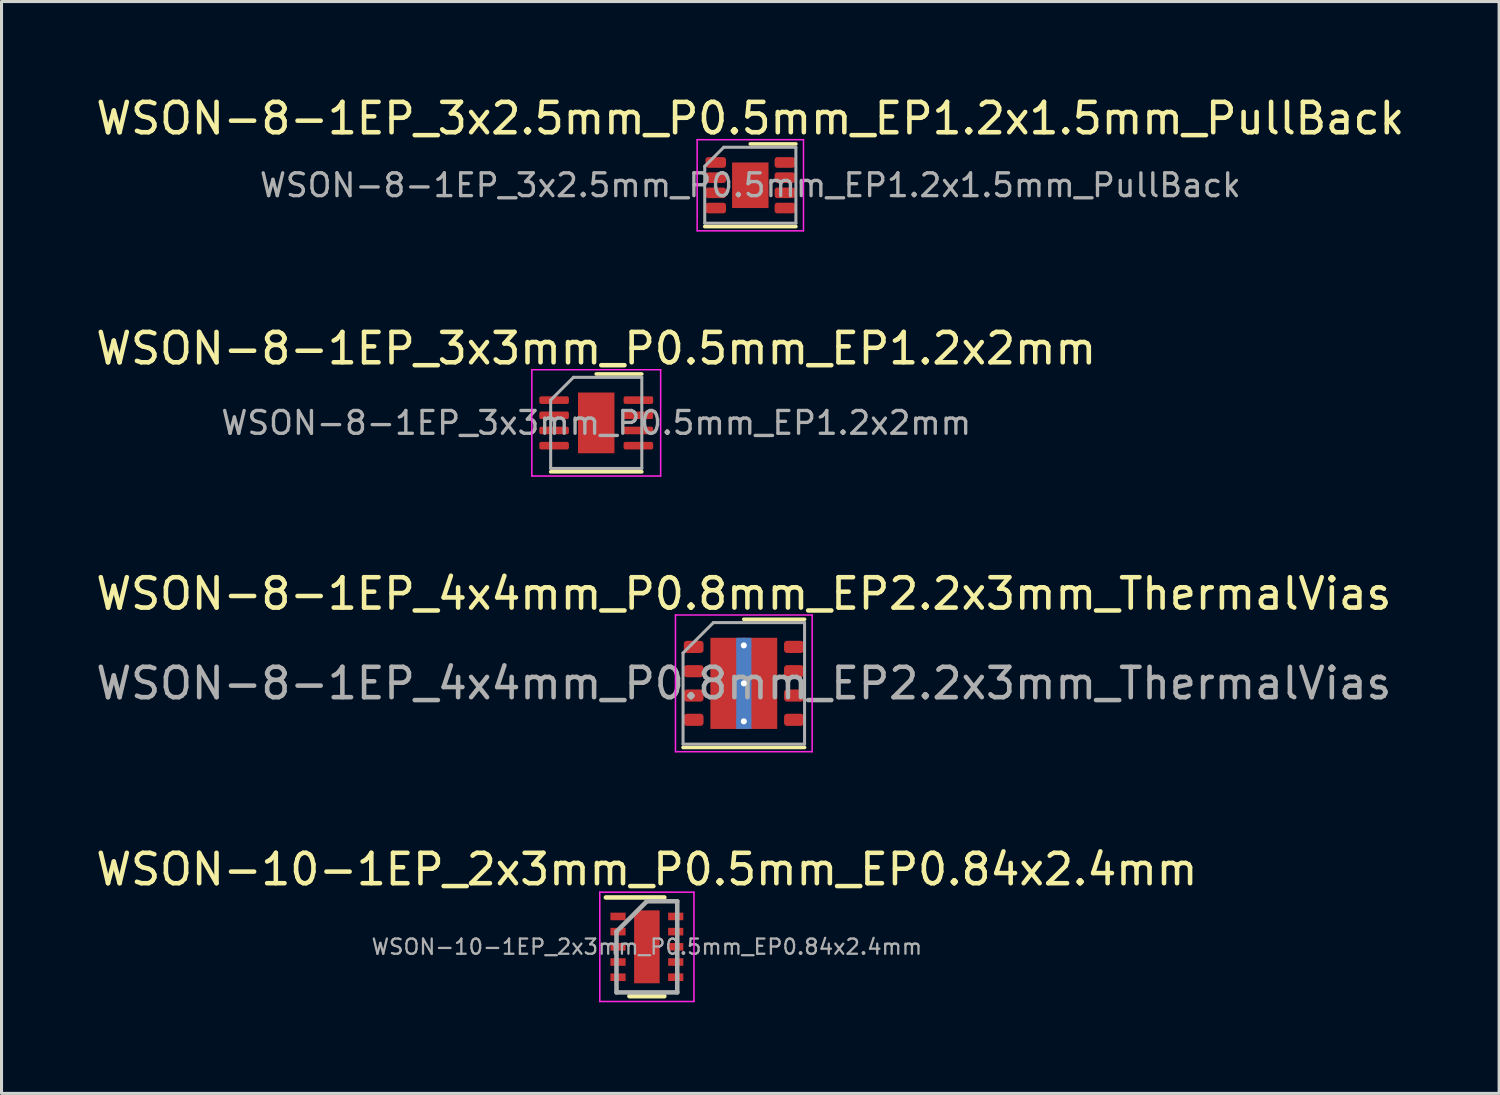
<source format=kicad_pcb>
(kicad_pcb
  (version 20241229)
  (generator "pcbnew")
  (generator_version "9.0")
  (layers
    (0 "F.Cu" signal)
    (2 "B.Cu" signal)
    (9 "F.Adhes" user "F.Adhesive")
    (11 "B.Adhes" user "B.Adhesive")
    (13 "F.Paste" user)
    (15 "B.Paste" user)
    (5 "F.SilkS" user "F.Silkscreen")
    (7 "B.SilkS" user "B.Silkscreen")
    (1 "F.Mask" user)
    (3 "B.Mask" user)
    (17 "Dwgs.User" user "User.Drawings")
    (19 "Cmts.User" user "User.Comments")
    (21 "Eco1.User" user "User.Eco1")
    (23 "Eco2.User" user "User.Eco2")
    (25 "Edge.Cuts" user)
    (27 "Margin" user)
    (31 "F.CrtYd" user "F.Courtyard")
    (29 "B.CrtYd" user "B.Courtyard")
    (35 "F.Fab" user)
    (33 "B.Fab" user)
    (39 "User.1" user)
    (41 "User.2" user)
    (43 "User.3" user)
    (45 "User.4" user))
  (footprint "WSON-8-1EP_3x3mm_P0.5mm_EP1.2x2mm"
    (layer "F.Cu")
    (at 16.577 10.871)
    (property "Reference" "WSON-8-1EP_3x3mm_P0.5mm_EP1.2x2mm" (at 0 -2.45 0) (layer "F.SilkS") (effects (font (size 1 1) (thickness 0.15))))
    (attr smd)
    (fp_line (start -1.5 1.61) (end 1.5 1.61) (stroke (width 0.12) (type solid)) (layer "F.SilkS"))
    (fp_line (start 0 -1.61) (end 1.5 -1.61) (stroke (width 0.12) (type solid)) (layer "F.SilkS"))
    (fp_line (start -2.12 -1.75) (end -2.12 1.75) (stroke (width 0.05) (type solid)) (layer "F.CrtYd"))
    (fp_line (start -2.12 1.75) (end 2.12 1.75) (stroke (width 0.05) (type solid)) (layer "F.CrtYd"))
    (fp_line (start 2.12 -1.75) (end -2.12 -1.75) (stroke (width 0.05) (type solid)) (layer "F.CrtYd"))
    (fp_line (start 2.12 1.75) (end 2.12 -1.75) (stroke (width 0.05) (type solid)) (layer "F.CrtYd"))
    (fp_line (start -1.5 -0.75) (end -0.75 -1.5) (stroke (width 0.1) (type solid)) (layer "F.Fab"))
    (fp_line (start -1.5 1.5) (end -1.5 -0.75) (stroke (width 0.1) (type solid)) (layer "F.Fab"))
    (fp_line (start -0.75 -1.5) (end 1.5 -1.5) (stroke (width 0.1) (type solid)) (layer "F.Fab"))
    (fp_line (start 1.5 -1.5) (end 1.5 1.5) (stroke (width 0.1) (type solid)) (layer "F.Fab"))
    (fp_line (start 1.5 1.5) (end -1.5 1.5) (stroke (width 0.1) (type solid)) (layer "F.Fab"))
    (fp_text user "${REFERENCE}" (at 0 0 0) (layer "F.Fab") (effects (font (size 0.75 0.75) (thickness 0.11))))
    (pad "" smd roundrect (at 0 -0.5) (size 0.97 0.81) (layers "F.Paste") (roundrect_rratio 0.25))
    (pad "" smd roundrect (at 0 0.5) (size 0.97 0.81) (layers "F.Paste") (roundrect_rratio 0.25))
    (pad "1" smd roundrect (at -1.387 -0.75) (size 0.975 0.25) (layers "F.Cu" "F.Mask" "F.Paste") (roundrect_rratio 0.25))
    (pad "2" smd roundrect (at -1.387 -0.25) (size 0.975 0.25) (layers "F.Cu" "F.Mask" "F.Paste") (roundrect_rratio 0.25))
    (pad "3" smd roundrect (at -1.387 0.25) (size 0.975 0.25) (layers "F.Cu" "F.Mask" "F.Paste") (roundrect_rratio 0.25))
    (pad "4" smd roundrect (at -1.387 0.75) (size 0.975 0.25) (layers "F.Cu" "F.Mask" "F.Paste") (roundrect_rratio 0.25))
    (pad "5" smd roundrect (at 1.387 0.75) (size 0.975 0.25) (layers "F.Cu" "F.Mask" "F.Paste") (roundrect_rratio 0.25))
    (pad "6" smd roundrect (at 1.387 0.25) (size 0.975 0.25) (layers "F.Cu" "F.Mask" "F.Paste") (roundrect_rratio 0.25))
    (pad "7" smd roundrect (at 1.387 -0.25) (size 0.975 0.25) (layers "F.Cu" "F.Mask" "F.Paste") (roundrect_rratio 0.25))
    (pad "8" smd roundrect (at 1.387 -0.75) (size 0.975 0.25) (layers "F.Cu" "F.Mask" "F.Paste") (roundrect_rratio 0.25))
    (pad "9" smd rect (at 0 0) (size 1.2 2) (layers "F.Cu" "F.Mask")))
  (footprint "WSON-10-1EP_2x3mm_P0.5mm_EP0.84x2.4mm"
    (layer "F.Cu")
    (at 18.244 28.118)
    (property "Reference" "WSON-10-1EP_2x3mm_P0.5mm_EP0.84x2.4mm" (at 0 -2.55 0) (layer "F.SilkS") (effects (font (size 1 1) (thickness 0.15))))
    (attr smd)
    (fp_line (start -1.35 -1.625) (end 0.575 -1.625) (stroke (width 0.15) (type solid)) (layer "F.SilkS"))
    (fp_line (start -0.575 1.625) (end 0.575 1.625) (stroke (width 0.15) (type solid)) (layer "F.SilkS"))
    (fp_line (start -1.55 -1.8) (end -1.55 1.8) (stroke (width 0.05) (type solid)) (layer "F.CrtYd"))
    (fp_line (start -1.55 -1.8) (end 1.55 -1.8) (stroke (width 0.05) (type solid)) (layer "F.CrtYd"))
    (fp_line (start -1.55 1.8) (end 1.55 1.8) (stroke (width 0.05) (type solid)) (layer "F.CrtYd"))
    (fp_line (start 1.55 -1.8) (end 1.55 1.8) (stroke (width 0.05) (type solid)) (layer "F.CrtYd"))
    (fp_line (start -1 -0.5) (end 0 -1.5) (stroke (width 0.15) (type solid)) (layer "F.Fab"))
    (fp_line (start -1 1.5) (end -1 -0.5) (stroke (width 0.15) (type solid)) (layer "F.Fab"))
    (fp_line (start 0 -1.5) (end 1 -1.5) (stroke (width 0.15) (type solid)) (layer "F.Fab"))
    (fp_line (start 1 -1.5) (end 1 1.5) (stroke (width 0.15) (type solid)) (layer "F.Fab"))
    (fp_line (start 1 1.5) (end -1 1.5) (stroke (width 0.15) (type solid)) (layer "F.Fab"))
    (fp_text user "${REFERENCE}" (at 0 0 0) (layer "F.Fab") (effects (font (size 0.5 0.5) (thickness 0.075))))
    (pad "" smd rect (at 0 -0.8) (size 0.65 0.61) (layers "F.Paste"))
    (pad "" smd rect (at 0 0) (size 0.65 0.61) (layers "F.Paste"))
    (pad "" smd rect (at 0 0.8) (size 0.65 0.61) (layers "F.Paste"))
    (pad "1" smd rect (at -0.95 -1) (size 0.5 0.25) (layers "F.Cu" "F.Mask" "F.Paste"))
    (pad "2" smd rect (at -0.95 -0.5) (size 0.5 0.25) (layers "F.Cu" "F.Mask" "F.Paste"))
    (pad "3" smd rect (at -0.95 0) (size 0.5 0.25) (layers "F.Cu" "F.Mask" "F.Paste"))
    (pad "4" smd rect (at -0.95 0.5) (size 0.5 0.25) (layers "F.Cu" "F.Mask" "F.Paste"))
    (pad "5" smd rect (at -0.95 1) (size 0.5 0.25) (layers "F.Cu" "F.Mask" "F.Paste"))
    (pad "6" smd rect (at 0.95 1) (size 0.5 0.25) (layers "F.Cu" "F.Mask" "F.Paste"))
    (pad "7" smd rect (at 0.95 0.5) (size 0.5 0.25) (layers "F.Cu" "F.Mask" "F.Paste"))
    (pad "8" smd rect (at 0.95 0) (size 0.5 0.25) (layers "F.Cu" "F.Mask" "F.Paste"))
    (pad "9" smd rect (at 0.95 -0.5) (size 0.5 0.25) (layers "F.Cu" "F.Mask" "F.Paste"))
    (pad "10" smd rect (at 0.95 -1) (size 0.5 0.25) (layers "F.Cu" "F.Mask" "F.Paste"))
    (pad "11" smd rect (at 0 0) (size 0.84 2.4) (layers "F.Cu" "F.Mask")))
  (footprint "WSON-8-1EP_3x2.5mm_P0.5mm_EP1.2x1.5mm_PullBack"
    (layer "F.Cu")
    (at 21.649 3.048)
    (property "Reference" "WSON-8-1EP_3x2.5mm_P0.5mm_EP1.2x1.5mm_PullBack" (at 0 -2.2 0) (layer "F.SilkS") (effects (font (size 1 1) (thickness 0.15))))
    (attr smd)
    (fp_line (start -1.5 1.36) (end 1.5 1.36) (stroke (width 0.12) (type solid)) (layer "F.SilkS"))
    (fp_line (start 0 -1.36) (end 1.5 -1.36) (stroke (width 0.12) (type solid)) (layer "F.SilkS"))
    (fp_line (start -1.75 -1.5) (end -1.75 1.5) (stroke (width 0.05) (type solid)) (layer "F.CrtYd"))
    (fp_line (start -1.75 1.5) (end 1.75 1.5) (stroke (width 0.05) (type solid)) (layer "F.CrtYd"))
    (fp_line (start 1.75 -1.5) (end -1.75 -1.5) (stroke (width 0.05) (type solid)) (layer "F.CrtYd"))
    (fp_line (start 1.75 1.5) (end 1.75 -1.5) (stroke (width 0.05) (type solid)) (layer "F.CrtYd"))
    (fp_line (start -1.5 -0.625) (end -0.875 -1.25) (stroke (width 0.1) (type solid)) (layer "F.Fab"))
    (fp_line (start -1.5 1.25) (end -1.5 -0.625) (stroke (width 0.1) (type solid)) (layer "F.Fab"))
    (fp_line (start -0.875 -1.25) (end 1.5 -1.25) (stroke (width 0.1) (type solid)) (layer "F.Fab"))
    (fp_line (start 1.5 -1.25) (end 1.5 1.25) (stroke (width 0.1) (type solid)) (layer "F.Fab"))
    (fp_line (start 1.5 1.25) (end -1.5 1.25) (stroke (width 0.1) (type solid)) (layer "F.Fab"))
    (fp_text user "${REFERENCE}" (at 0 0 0) (layer "F.Fab") (effects (font (size 0.75 0.75) (thickness 0.11))))
    (pad "" smd roundrect (at -0.3 -0.375) (size 0.48 0.6) (layers "F.Paste") (roundrect_rratio 0.25))
    (pad "" smd roundrect (at -0.3 0.375) (size 0.48 0.6) (layers "F.Paste") (roundrect_rratio 0.25))
    (pad "" smd roundrect (at 0.3 -0.375) (size 0.48 0.6) (layers "F.Paste") (roundrect_rratio 0.25))
    (pad "" smd roundrect (at 0.3 0.375) (size 0.48 0.6) (layers "F.Paste") (roundrect_rratio 0.25))
    (pad "1" smd roundrect (at -1.137 -0.75) (size 0.675 0.35) (layers "F.Cu" "F.Mask" "F.Paste") (roundrect_rratio 0.25))
    (pad "2" smd roundrect (at -1.137 -0.25) (size 0.675 0.35) (layers "F.Cu" "F.Mask" "F.Paste") (roundrect_rratio 0.25))
    (pad "3" smd roundrect (at -1.137 0.25) (size 0.675 0.35) (layers "F.Cu" "F.Mask" "F.Paste") (roundrect_rratio 0.25))
    (pad "4" smd roundrect (at -1.137 0.75) (size 0.675 0.35) (layers "F.Cu" "F.Mask" "F.Paste") (roundrect_rratio 0.25))
    (pad "5" smd roundrect (at 1.137 0.75) (size 0.675 0.35) (layers "F.Cu" "F.Mask" "F.Paste") (roundrect_rratio 0.25))
    (pad "6" smd roundrect (at 1.137 0.25) (size 0.675 0.35) (layers "F.Cu" "F.Mask" "F.Paste") (roundrect_rratio 0.25))
    (pad "7" smd roundrect (at 1.137 -0.25) (size 0.675 0.35) (layers "F.Cu" "F.Mask" "F.Paste") (roundrect_rratio 0.25))
    (pad "8" smd roundrect (at 1.137 -0.75) (size 0.675 0.35) (layers "F.Cu" "F.Mask" "F.Paste") (roundrect_rratio 0.25))
    (pad "9" smd rect (at 0 0) (size 1.2 1.5) (layers "F.Cu" "F.Mask")))
  (footprint "WSON-8-1EP_4x4mm_P0.8mm_EP2.2x3mm_ThermalVias"
    (layer "F.Cu")
    (at 21.435 19.445)
    (property "Reference" "WSON-8-1EP_4x4mm_P0.8mm_EP2.2x3mm_ThermalVias" (at 0 -2.95 0) (layer "F.SilkS") (effects (font (size 1 1) (thickness 0.15))))
    (attr smd)
    (fp_line (start -2 2.11) (end 2 2.11) (stroke (width 0.12) (type solid)) (layer "F.SilkS"))
    (fp_line (start 0 -2.11) (end 2 -2.11) (stroke (width 0.12) (type solid)) (layer "F.SilkS"))
    (fp_line (start -2.25 -2.25) (end -2.25 2.25) (stroke (width 0.05) (type solid)) (layer "F.CrtYd"))
    (fp_line (start -2.25 2.25) (end 2.25 2.25) (stroke (width 0.05) (type solid)) (layer "F.CrtYd"))
    (fp_line (start 2.25 -2.25) (end -2.25 -2.25) (stroke (width 0.05) (type solid)) (layer "F.CrtYd"))
    (fp_line (start 2.25 2.25) (end 2.25 -2.25) (stroke (width 0.05) (type solid)) (layer "F.CrtYd"))
    (fp_line (start -2 -1) (end -1 -2) (stroke (width 0.1) (type solid)) (layer "F.Fab"))
    (fp_line (start -2 2) (end -2 -1) (stroke (width 0.1) (type solid)) (layer "F.Fab"))
    (fp_line (start -1 -2) (end 2 -2) (stroke (width 0.1) (type solid)) (layer "F.Fab"))
    (fp_line (start 2 -2) (end 2 2) (stroke (width 0.1) (type solid)) (layer "F.Fab"))
    (fp_line (start 2 2) (end -2 2) (stroke (width 0.1) (type solid)) (layer "F.Fab"))
    (fp_text user "${REFERENCE}" (at 0 0 0) (layer "F.Fab") (effects (font (size 1 1) (thickness 0.15))))
    (pad "" smd roundrect (at -0.55 -0.625) (size 0.887 1.008) (layers "F.Paste") (roundrect_rratio 0.25))
    (pad "" smd roundrect (at -0.55 0.625) (size 0.887 1.008) (layers "F.Paste") (roundrect_rratio 0.25))
    (pad "" smd roundrect (at 0.55 -0.625) (size 0.887 1.008) (layers "F.Paste") (roundrect_rratio 0.25))
    (pad "" smd roundrect (at 0.55 0.625) (size 0.887 1.008) (layers "F.Paste") (roundrect_rratio 0.25))
    (pad "1" smd roundrect (at -1.65 -1.2) (size 0.65 0.4) (layers "F.Cu" "F.Mask" "F.Paste") (roundrect_rratio 0.25))
    (pad "2" smd roundrect (at -1.65 -0.4) (size 0.65 0.4) (layers "F.Cu" "F.Mask" "F.Paste") (roundrect_rratio 0.25))
    (pad "3" smd roundrect (at -1.65 0.4) (size 0.65 0.4) (layers "F.Cu" "F.Mask" "F.Paste") (roundrect_rratio 0.25))
    (pad "4" smd roundrect (at -1.65 1.2) (size 0.65 0.4) (layers "F.Cu" "F.Mask" "F.Paste") (roundrect_rratio 0.25))
    (pad "5" smd roundrect (at 1.65 1.2) (size 0.65 0.4) (layers "F.Cu" "F.Mask" "F.Paste") (roundrect_rratio 0.25))
    (pad "6" smd roundrect (at 1.65 0.4) (size 0.65 0.4) (layers "F.Cu" "F.Mask" "F.Paste") (roundrect_rratio 0.25))
    (pad "7" smd roundrect (at 1.65 -0.4) (size 0.65 0.4) (layers "F.Cu" "F.Mask" "F.Paste") (roundrect_rratio 0.25))
    (pad "8" smd roundrect (at 1.65 -1.2) (size 0.65 0.4) (layers "F.Cu" "F.Mask" "F.Paste") (roundrect_rratio 0.25))
    (pad "9" thru_hole circle (at 0 -1.25) (size 0.5 0.5) (drill 0.2) (layers "*.Cu"))
    (pad "9" thru_hole circle (at 0 0) (size 0.5 0.5) (drill 0.2) (layers "*.Cu"))
    (pad "9" smd rect (at 0 0) (size 0.5 3) (layers "B.Cu"))
    (pad "9" smd rect (at 0 0) (size 2.2 3) (layers "F.Cu" "F.Mask"))
    (pad "9" thru_hole circle (at 0 1.25) (size 0.5 0.5) (drill 0.2) (layers "*.Cu")))
  (gr_rect
    (start -3 -3)
    (end 46.298 32.943)
    (stroke (width 0.1) (type default))
    (fill no)
    (layer "Edge.Cuts")))
</source>
